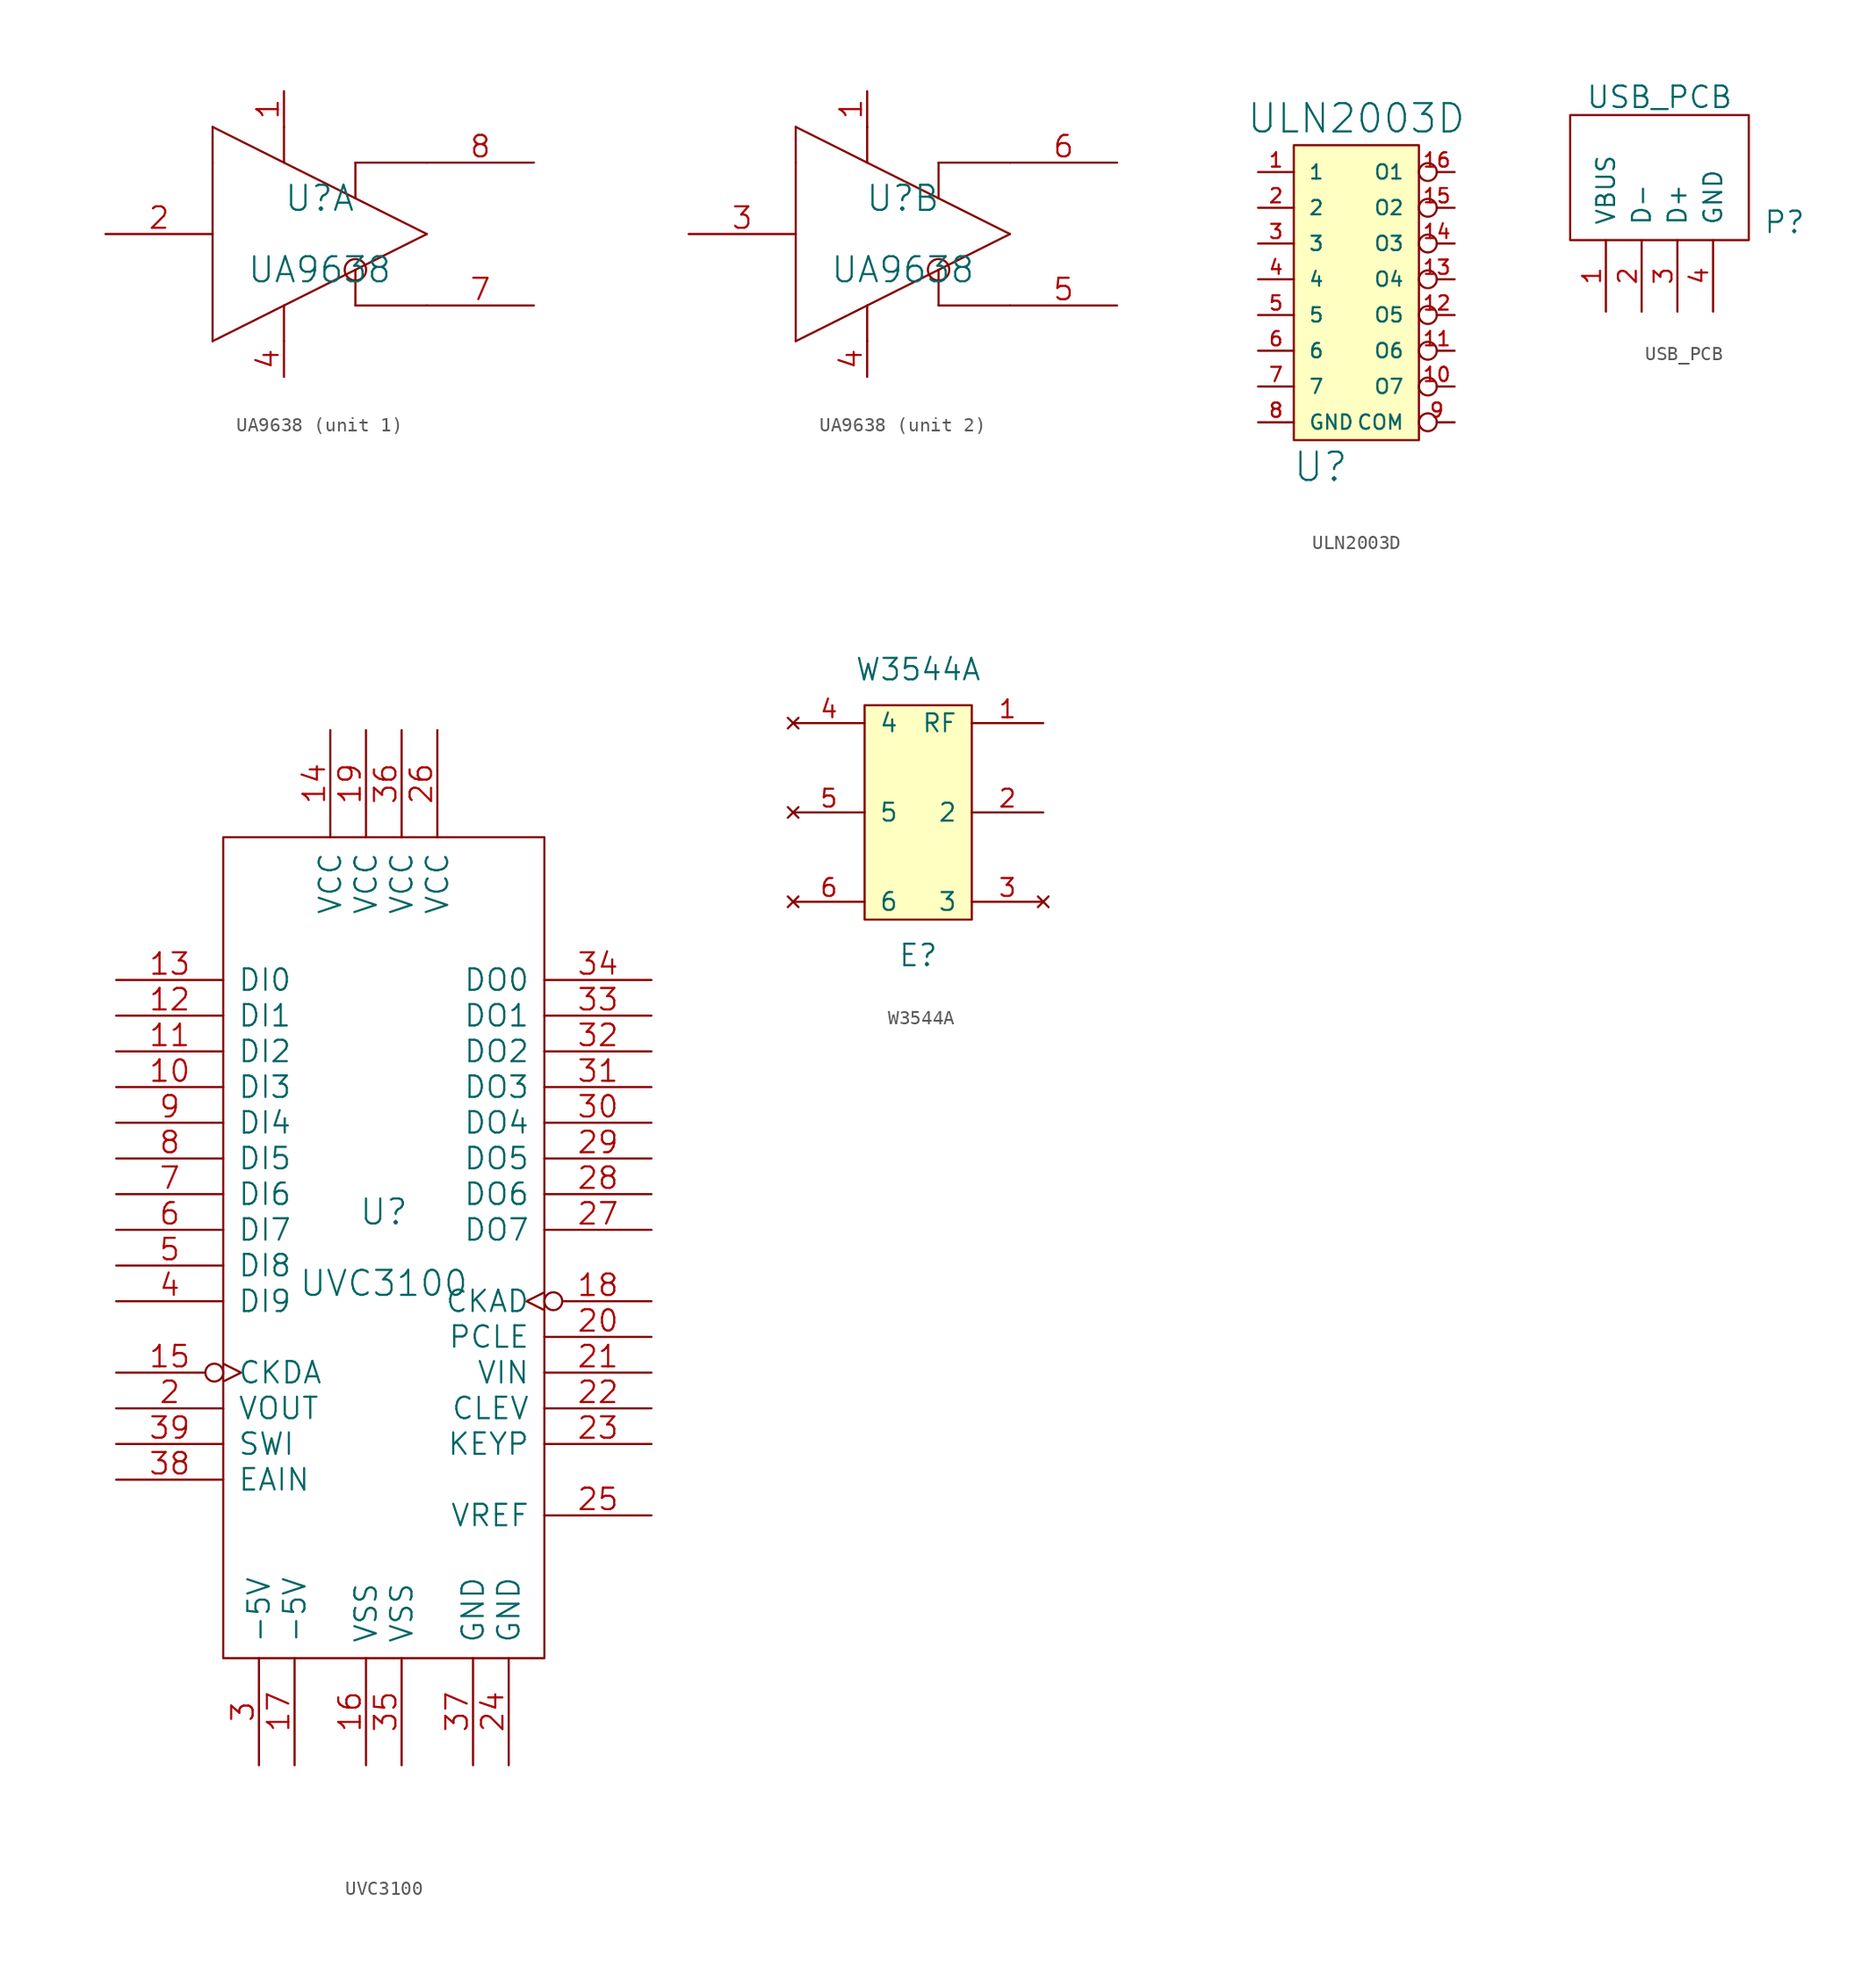
<source format=kicad_sym>
(kicad_symbol_lib
  (version 20211014)
  (generator kicad_symbol_editor)
  (symbol "UA9638"
    (pin_names
      (offset 1.016) hide)
    (property "Reference" "U"
      (at 0 2.54 0)
      (effects (font (size 1.778 1.778))))
    (property "Value" "UA9638"
      (at 0 -2.54 0)
      (effects (font (size 1.778 1.778))))
    (property "Footprint" ""
      (at 0 0 0)
      (effects (font (size 1.524 1.524))))
    (property "Datasheet" ""
      (at 0 0 0)
      (effects (font (size 1.524 1.524))))
    (symbol "UA9638_0_1"
      (polyline (pts (xy -7.62 5.08) (xy -7.62 -7.62)) (stroke (width 0) (type default) (color 0 0 0 0)) (fill (type none)))
      (polyline (pts (xy -7.62 5.08) (xy -7.62 7.62)) (stroke (width 0) (type default) (color 0 0 0 0)) (fill (type none)))
      (polyline (pts (xy -7.62 7.62) (xy 7.62 0)) (stroke (width 0) (type default) (color 0 0 0 0)) (fill (type none)))
      (polyline (pts (xy -2.54 -5.08) (xy -2.54 -7.62)) (stroke (width 0) (type default) (color 0 0 0 0)) (fill (type none)))
      (polyline (pts (xy -2.54 5.08) (xy -2.54 7.62)) (stroke (width 0) (type default) (color 0 0 0 0)) (fill (type none)))
      (polyline (pts (xy 2.54 -5.08) (xy 7.62 -5.08)) (stroke (width 0) (type default) (color 0 0 0 0)) (fill (type none)))
      (polyline (pts (xy 2.54 -2.54) (xy 2.54 -5.08)) (stroke (width 0) (type default) (color 0 0 0 0)) (fill (type none)))
      (polyline (pts (xy 2.54 5.08) (xy 2.54 2.54)) (stroke (width 0) (type default) (color 0 0 0 0)) (fill (type none)))
      (polyline (pts (xy 7.62 0) (xy -7.62 -7.62)) (stroke (width 0) (type default) (color 0 0 0 0)) (fill (type none)))
      (polyline (pts (xy 7.62 5.08) (xy 2.54 5.08)) (stroke (width 0) (type default) (color 0 0 0 0)) (fill (type none)))
      (circle (center 2.54 -2.54) (radius 0.762) (stroke (width 0) (type default) (color 0 0 0 0)) (fill (type none))))
    (symbol "UA9638_1_1"
      (pin input line (at -2.54 10.16 270) (length 2.54) (name "VCC" (effects (font (size 1.524 1.524)))) (number "1" (effects (font (size 1.524 1.524)))))
      (pin input line (at -15.24 0 0) (length 7.62) (name "IN" (effects (font (size 1.524 1.524)))) (number "2" (effects (font (size 1.524 1.524)))))
      (pin input line (at -2.54 -10.16 90) (length 2.54) (name "GND" (effects (font (size 1.524 1.524)))) (number "4" (effects (font (size 1.524 1.524)))))
      (pin output line (at 15.24 -5.08 180) (length 7.62) (name "OUTA" (effects (font (size 1.524 1.524)))) (number "7" (effects (font (size 1.524 1.524)))))
      (pin output line (at 15.24 5.08 180) (length 7.62) (name "OUTB" (effects (font (size 1.524 1.524)))) (number "8" (effects (font (size 1.524 1.524))))))
    (symbol "UA9638_2_1"
      (pin input line (at -2.54 10.16 270) (length 2.54) (name "VCC" (effects (font (size 1.524 1.524)))) (number "1" (effects (font (size 1.524 1.524)))))
      (pin input line (at -15.24 0 0) (length 7.62) (name "IN" (effects (font (size 1.524 1.524)))) (number "3" (effects (font (size 1.524 1.524)))))
      (pin input line (at -2.54 -10.16 90) (length 2.54) (name "GND" (effects (font (size 1.524 1.524)))) (number "4" (effects (font (size 1.524 1.524)))))
      (pin output line (at 15.24 -5.08 180) (length 7.62) (name "OUTA" (effects (font (size 1.524 1.524)))) (number "5" (effects (font (size 1.524 1.524)))))
      (pin output line (at 15.24 5.08 180) (length 7.62) (name "OUTB" (effects (font (size 1.524 1.524)))) (number "6" (effects (font (size 1.524 1.524)))))))
  (symbol "ULN2003D"
    (pin_names
      (offset 1.016))
    (property "Reference" "U"
      (at -10.795 -8.255 0)
      (effects (font (size 2.007 2.007))))
    (property "Value" "ULN2003D"
      (at -8.255 16.51 0)
      (effects (font (size 2.007 2.007))))
    (property "Footprint" ""
      (at -0.635 0 0)
      (effects (font (size 2.007 2.007))))
    (property "Datasheet" ""
      (at -0.635 0 0)
      (effects (font (size 2.007 2.007))))
    (symbol "ULN2003D_0_1"
      (rectangle (start -12.7 14.605) (end -3.81 -6.35) (stroke (width 0) (type default) (color 0 0 0 0)) (fill (type background))))
    (symbol "ULN2003D_1_1"
      (pin passive line (at -15.24 12.7 0) (length 2.54) (name "1" (effects (font (size 1.016 1.016)))) (number "1" (effects (font (size 1.016 1.016)))))
      (pin open_collector inverted (at -1.27 -2.54 180) (length 2.54) (name "O7" (effects (font (size 1.016 1.016)))) (number "10" (effects (font (size 1.016 1.016)))))
      (pin open_collector inverted (at -1.27 0 180) (length 2.54) (name "O6" (effects (font (size 1.016 1.016)))) (number "11" (effects (font (size 1.016 1.016)))))
      (pin open_collector inverted (at -1.27 2.54 180) (length 2.54) (name "O5" (effects (font (size 1.016 1.016)))) (number "12" (effects (font (size 1.016 1.016)))))
      (pin open_collector inverted (at -1.27 5.08 180) (length 2.54) (name "O4" (effects (font (size 1.016 1.016)))) (number "13" (effects (font (size 1.016 1.016)))))
      (pin open_collector inverted (at -1.27 7.62 180) (length 2.54) (name "O3" (effects (font (size 1.016 1.016)))) (number "14" (effects (font (size 1.016 1.016)))))
      (pin open_collector inverted (at -1.27 10.16 180) (length 2.54) (name "O2" (effects (font (size 1.016 1.016)))) (number "15" (effects (font (size 1.016 1.016)))))
      (pin open_collector inverted (at -1.27 12.7 180) (length 2.54) (name "O1" (effects (font (size 1.016 1.016)))) (number "16" (effects (font (size 1.016 1.016)))))
      (pin passive line (at -15.24 10.16 0) (length 2.54) (name "2" (effects (font (size 1.016 1.016)))) (number "2" (effects (font (size 1.016 1.016)))))
      (pin passive line (at -15.24 7.62 0) (length 2.54) (name "3" (effects (font (size 1.016 1.016)))) (number "3" (effects (font (size 1.016 1.016)))))
      (pin passive line (at -15.24 5.08 0) (length 2.54) (name "4" (effects (font (size 1.016 1.016)))) (number "4" (effects (font (size 1.016 1.016)))))
      (pin passive line (at -15.24 2.54 0) (length 2.54) (name "5" (effects (font (size 1.016 1.016)))) (number "5" (effects (font (size 1.016 1.016)))))
      (pin passive line (at -15.24 0 0) (length 2.54) (name "6" (effects (font (size 1.016 1.016)))) (number "6" (effects (font (size 1.016 1.016)))))
      (pin passive line (at -15.24 -2.54 0) (length 2.54) (name "7" (effects (font (size 1.016 1.016)))) (number "7" (effects (font (size 1.016 1.016)))))
      (pin power_in line (at -15.24 -5.08 0) (length 2.54) (name "GND" (effects (font (size 1.016 1.016)))) (number "8" (effects (font (size 1.016 1.016)))))
      (pin open_collector inverted (at -1.27 -5.08 180) (length 2.54) (name "COM" (effects (font (size 1.016 1.016)))) (number "9" (effects (font (size 1.016 1.016)))))))
  (symbol "USB_PCB"
    (pin_names
      (offset 1.016))
    (property "Reference" "P"
      (at 8.89 1.27 0)
      (effects (font (size 1.524 1.524))))
    (property "Value" "USB_PCB"
      (at 0 10.16 0)
      (effects (font (size 1.524 1.524))))
    (symbol "USB_PCB_0_1"
      (rectangle (start -6.35 8.89) (end 6.35 0) (stroke (width 0) (type default) (color 0 0 0 0)) (fill (type none))))
    (symbol "USB_PCB_1_1"
      (pin input line (at -3.81 -5.08 90) (length 5.08) (name "VBUS" (effects (font (size 1.27 1.27)))) (number "1" (effects (font (size 1.27 1.27)))))
      (pin input line (at -1.27 -5.08 90) (length 5.08) (name "D-" (effects (font (size 1.27 1.27)))) (number "2" (effects (font (size 1.27 1.27)))))
      (pin input line (at 1.27 -5.08 90) (length 5.08) (name "D+" (effects (font (size 1.27 1.27)))) (number "3" (effects (font (size 1.27 1.27)))))
      (pin input line (at 3.81 -5.08 90) (length 5.08) (name "GND" (effects (font (size 1.27 1.27)))) (number "4" (effects (font (size 1.27 1.27)))))))
  (symbol "UVC3100"
    (pin_names
      (offset 1.016))
    (property "Reference" "U"
      (at 0 2.54 0)
      (effects (font (size 1.778 1.778))))
    (property "Value" "UVC3100"
      (at 0 -2.54 0)
      (effects (font (size 1.778 1.778))))
    (property "Footprint" ""
      (at 0 0 0)
      (effects (font (size 1.524 1.524))))
    (property "Datasheet" ""
      (at 0 0 0)
      (effects (font (size 1.524 1.524))))
    (symbol "UVC3100_0_1"
      (rectangle (start -11.43 -29.21) (end 11.43 29.21) (stroke (width 0) (type default) (color 0 0 0 0)) (fill (type none))))
    (symbol "UVC3100_1_1"
      (pin input line (at -19.05 11.43 0) (length 7.62) (name "DI3" (effects (font (size 1.524 1.524)))) (number "10" (effects (font (size 1.524 1.524)))))
      (pin input line (at -19.05 13.97 0) (length 7.62) (name "DI2" (effects (font (size 1.524 1.524)))) (number "11" (effects (font (size 1.524 1.524)))))
      (pin input line (at -19.05 16.51 0) (length 7.62) (name "DI1" (effects (font (size 1.524 1.524)))) (number "12" (effects (font (size 1.524 1.524)))))
      (pin input line (at -19.05 19.05 0) (length 7.62) (name "DI0" (effects (font (size 1.524 1.524)))) (number "13" (effects (font (size 1.524 1.524)))))
      (pin input line (at -3.81 36.83 270) (length 7.62) (name "VCC" (effects (font (size 1.524 1.524)))) (number "14" (effects (font (size 1.524 1.524)))))
      (pin input inverted_clock (at -19.05 -8.89 0) (length 7.62) (name "CKDA" (effects (font (size 1.524 1.524)))) (number "15" (effects (font (size 1.524 1.524)))))
      (pin input line (at -1.27 -36.83 90) (length 7.62) (name "VSS" (effects (font (size 1.524 1.524)))) (number "16" (effects (font (size 1.524 1.524)))))
      (pin input line (at -6.35 -36.83 90) (length 7.62) (name "-5V" (effects (font (size 1.524 1.524)))) (number "17" (effects (font (size 1.524 1.524)))))
      (pin input inverted_clock (at 19.05 -3.81 180) (length 7.62) (name "CKAD" (effects (font (size 1.524 1.524)))) (number "18" (effects (font (size 1.524 1.524)))))
      (pin input line (at -1.27 36.83 270) (length 7.62) (name "VCC" (effects (font (size 1.524 1.524)))) (number "19" (effects (font (size 1.524 1.524)))))
      (pin output line (at -19.05 -11.43 0) (length 7.62) (name "VOUT" (effects (font (size 1.524 1.524)))) (number "2" (effects (font (size 1.524 1.524)))))
      (pin input line (at 19.05 -6.35 180) (length 7.62) (name "PCLE" (effects (font (size 1.524 1.524)))) (number "20" (effects (font (size 1.524 1.524)))))
      (pin input line (at 19.05 -8.89 180) (length 7.62) (name "VIN" (effects (font (size 1.524 1.524)))) (number "21" (effects (font (size 1.524 1.524)))))
      (pin input line (at 19.05 -11.43 180) (length 7.62) (name "CLEV" (effects (font (size 1.524 1.524)))) (number "22" (effects (font (size 1.524 1.524)))))
      (pin input line (at 19.05 -13.97 180) (length 7.62) (name "KEYP" (effects (font (size 1.524 1.524)))) (number "23" (effects (font (size 1.524 1.524)))))
      (pin input line (at 8.89 -36.83 90) (length 7.62) (name "GND" (effects (font (size 1.524 1.524)))) (number "24" (effects (font (size 1.524 1.524)))))
      (pin output line (at 19.05 -19.05 180) (length 7.62) (name "VREF" (effects (font (size 1.524 1.524)))) (number "25" (effects (font (size 1.524 1.524)))))
      (pin input line (at 3.81 36.83 270) (length 7.62) (name "VCC" (effects (font (size 1.524 1.524)))) (number "26" (effects (font (size 1.524 1.524)))))
      (pin output line (at 19.05 1.27 180) (length 7.62) (name "DO7" (effects (font (size 1.524 1.524)))) (number "27" (effects (font (size 1.524 1.524)))))
      (pin output line (at 19.05 3.81 180) (length 7.62) (name "DO6" (effects (font (size 1.524 1.524)))) (number "28" (effects (font (size 1.524 1.524)))))
      (pin output line (at 19.05 6.35 180) (length 7.62) (name "DO5" (effects (font (size 1.524 1.524)))) (number "29" (effects (font (size 1.524 1.524)))))
      (pin input line (at -8.89 -36.83 90) (length 7.62) (name "-5V" (effects (font (size 1.524 1.524)))) (number "3" (effects (font (size 1.524 1.524)))))
      (pin output line (at 19.05 8.89 180) (length 7.62) (name "DO4" (effects (font (size 1.524 1.524)))) (number "30" (effects (font (size 1.524 1.524)))))
      (pin output line (at 19.05 11.43 180) (length 7.62) (name "DO3" (effects (font (size 1.524 1.524)))) (number "31" (effects (font (size 1.524 1.524)))))
      (pin output line (at 19.05 13.97 180) (length 7.62) (name "DO2" (effects (font (size 1.524 1.524)))) (number "32" (effects (font (size 1.524 1.524)))))
      (pin output line (at 19.05 16.51 180) (length 7.62) (name "DO1" (effects (font (size 1.524 1.524)))) (number "33" (effects (font (size 1.524 1.524)))))
      (pin output line (at 19.05 19.05 180) (length 7.62) (name "DO0" (effects (font (size 1.524 1.524)))) (number "34" (effects (font (size 1.524 1.524)))))
      (pin input line (at 1.27 -36.83 90) (length 7.62) (name "VSS" (effects (font (size 1.524 1.524)))) (number "35" (effects (font (size 1.524 1.524)))))
      (pin input line (at 1.27 36.83 270) (length 7.62) (name "VCC" (effects (font (size 1.524 1.524)))) (number "36" (effects (font (size 1.524 1.524)))))
      (pin input line (at 6.35 -36.83 90) (length 7.62) (name "GND" (effects (font (size 1.524 1.524)))) (number "37" (effects (font (size 1.524 1.524)))))
      (pin input line (at -19.05 -16.51 0) (length 7.62) (name "EAIN" (effects (font (size 1.524 1.524)))) (number "38" (effects (font (size 1.524 1.524)))))
      (pin input line (at -19.05 -13.97 0) (length 7.62) (name "SWI" (effects (font (size 1.524 1.524)))) (number "39" (effects (font (size 1.524 1.524)))))
      (pin input line (at -19.05 -3.81 0) (length 7.62) (name "DI9" (effects (font (size 1.524 1.524)))) (number "4" (effects (font (size 1.524 1.524)))))
      (pin input line (at -19.05 -1.27 0) (length 7.62) (name "DI8" (effects (font (size 1.524 1.524)))) (number "5" (effects (font (size 1.524 1.524)))))
      (pin input line (at -19.05 1.27 0) (length 7.62) (name "DI7" (effects (font (size 1.524 1.524)))) (number "6" (effects (font (size 1.524 1.524)))))
      (pin input line (at -19.05 3.81 0) (length 7.62) (name "DI6" (effects (font (size 1.524 1.524)))) (number "7" (effects (font (size 1.524 1.524)))))
      (pin input line (at -19.05 6.35 0) (length 7.62) (name "DI5" (effects (font (size 1.524 1.524)))) (number "8" (effects (font (size 1.524 1.524)))))
      (pin input line (at -19.05 8.89 0) (length 7.62) (name "DI4" (effects (font (size 1.524 1.524)))) (number "9" (effects (font (size 1.524 1.524)))))))
  (symbol "W3544A"
    (pin_names
      (offset 1.016))
    (property "Reference" "E"
      (at 0 -12.7 0)
      (effects (font (size 1.524 1.524))))
    (property "Value" "W3544A"
      (at 0 7.62 0)
      (effects (font (size 1.524 1.524))))
    (symbol "W3544A_0_1"
      (rectangle (start -3.81 5.08) (end 3.81 -10.16) (stroke (width 0) (type default) (color 0 0 0 0)) (fill (type background))))
    (symbol "W3544A_1_1"
      (pin input line (at 8.89 3.81 180) (length 5.08) (name "RF" (effects (font (size 1.27 1.27)))) (number "1" (effects (font (size 1.27 1.27)))))
      (pin input line (at 8.89 -2.54 180) (length 5.08) (name "2" (effects (font (size 1.27 1.27)))) (number "2" (effects (font (size 1.27 1.27)))))
      (pin no_connect line (at 8.89 -8.89 180) (length 5.08) (name "3" (effects (font (size 1.27 1.27)))) (number "3" (effects (font (size 1.27 1.27)))))
      (pin no_connect line (at -8.89 3.81 0) (length 5.08) (name "4" (effects (font (size 1.27 1.27)))) (number "4" (effects (font (size 1.27 1.27)))))
      (pin no_connect line (at -8.89 -2.54 0) (length 5.08) (name "5" (effects (font (size 1.27 1.27)))) (number "5" (effects (font (size 1.27 1.27)))))
      (pin no_connect line (at -8.89 -8.89 0) (length 5.08) (name "6" (effects (font (size 1.27 1.27)))) (number "6" (effects (font (size 1.27 1.27))))))))
</source>
